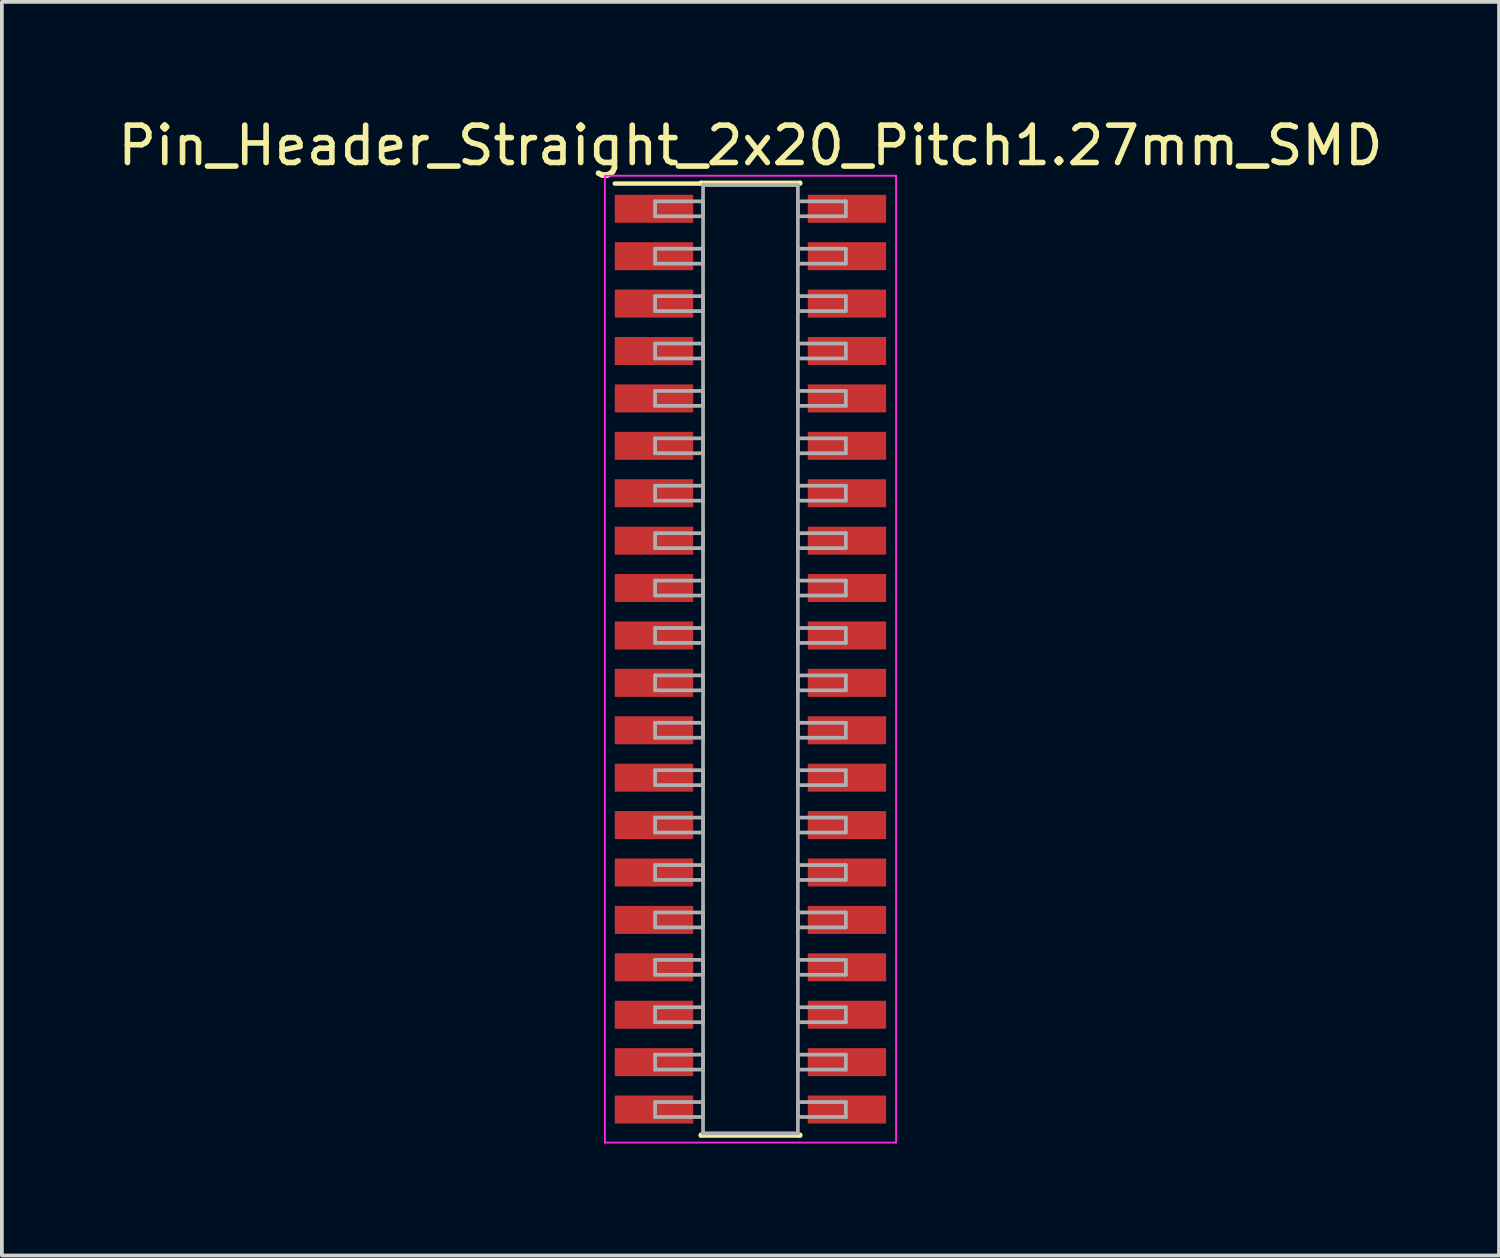
<source format=kicad_pcb>
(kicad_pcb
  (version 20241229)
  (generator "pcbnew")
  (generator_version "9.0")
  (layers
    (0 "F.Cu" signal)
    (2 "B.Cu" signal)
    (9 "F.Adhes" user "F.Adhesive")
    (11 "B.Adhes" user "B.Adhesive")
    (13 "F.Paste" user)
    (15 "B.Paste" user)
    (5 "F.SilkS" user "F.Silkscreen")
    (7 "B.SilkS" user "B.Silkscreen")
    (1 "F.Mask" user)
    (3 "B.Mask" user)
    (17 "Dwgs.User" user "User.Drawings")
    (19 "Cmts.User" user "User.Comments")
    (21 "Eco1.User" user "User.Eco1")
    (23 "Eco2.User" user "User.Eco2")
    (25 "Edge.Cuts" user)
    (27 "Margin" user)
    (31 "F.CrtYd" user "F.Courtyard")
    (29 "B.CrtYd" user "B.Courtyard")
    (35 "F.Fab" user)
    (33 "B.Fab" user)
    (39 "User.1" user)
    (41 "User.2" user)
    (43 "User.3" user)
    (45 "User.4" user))
  (footprint "Pin_Header_Straight_2x20_Pitch1.27mm_SMD"
    (layer "F.Cu")
    (at 17.054 14.608)
    (property "Reference" "Pin_Header_Straight_2x20_Pitch1.27mm_SMD" (at 0 -13.76 0) (layer "F.SilkS") (effects (font (size 1 1) (thickness 0.15))))
    (attr smd)
    (fp_line (start -3.635 -12.74) (end -1.33 -12.74) (stroke (width 0.12) (type solid)) (layer "F.SilkS"))
    (fp_line (start -1.33 -12.76) (end 1.33 -12.76) (stroke (width 0.12) (type solid)) (layer "F.SilkS"))
    (fp_line (start -1.33 -12.74) (end -1.33 -12.76) (stroke (width 0.12) (type solid)) (layer "F.SilkS"))
    (fp_line (start -1.33 12.74) (end -1.33 12.76) (stroke (width 0.12) (type solid)) (layer "F.SilkS"))
    (fp_line (start -1.33 12.76) (end 1.33 12.76) (stroke (width 0.12) (type solid)) (layer "F.SilkS"))
    (fp_line (start 1.33 -12.76) (end 1.33 -12.74) (stroke (width 0.12) (type solid)) (layer "F.SilkS"))
    (fp_line (start 1.33 12.76) (end 1.33 12.74) (stroke (width 0.12) (type solid)) (layer "F.SilkS"))
    (fp_line (start -3.9 -12.95) (end -3.9 12.95) (stroke (width 0.05) (type solid)) (layer "F.CrtYd"))
    (fp_line (start -3.9 12.95) (end 3.9 12.95) (stroke (width 0.05) (type solid)) (layer "F.CrtYd"))
    (fp_line (start 3.9 -12.95) (end -3.9 -12.95) (stroke (width 0.05) (type solid)) (layer "F.CrtYd"))
    (fp_line (start 3.9 12.95) (end 3.9 -12.95) (stroke (width 0.05) (type solid)) (layer "F.CrtYd"))
    (fp_line (start -2.555 -12.265) (end -1.27 -12.265) (stroke (width 0.1) (type solid)) (layer "F.Fab"))
    (fp_line (start -2.555 -11.865) (end -2.555 -12.265) (stroke (width 0.1) (type solid)) (layer "F.Fab"))
    (fp_line (start -2.555 -10.995) (end -1.27 -10.995) (stroke (width 0.1) (type solid)) (layer "F.Fab"))
    (fp_line (start -2.555 -10.595) (end -2.555 -10.995) (stroke (width 0.1) (type solid)) (layer "F.Fab"))
    (fp_line (start -2.555 -9.725) (end -1.27 -9.725) (stroke (width 0.1) (type solid)) (layer "F.Fab"))
    (fp_line (start -2.555 -9.325) (end -2.555 -9.725) (stroke (width 0.1) (type solid)) (layer "F.Fab"))
    (fp_line (start -2.555 -8.455) (end -1.27 -8.455) (stroke (width 0.1) (type solid)) (layer "F.Fab"))
    (fp_line (start -2.555 -8.055) (end -2.555 -8.455) (stroke (width 0.1) (type solid)) (layer "F.Fab"))
    (fp_line (start -2.555 -7.185) (end -1.27 -7.185) (stroke (width 0.1) (type solid)) (layer "F.Fab"))
    (fp_line (start -2.555 -6.785) (end -2.555 -7.185) (stroke (width 0.1) (type solid)) (layer "F.Fab"))
    (fp_line (start -2.555 -5.915) (end -1.27 -5.915) (stroke (width 0.1) (type solid)) (layer "F.Fab"))
    (fp_line (start -2.555 -5.515) (end -2.555 -5.915) (stroke (width 0.1) (type solid)) (layer "F.Fab"))
    (fp_line (start -2.555 -4.645) (end -1.27 -4.645) (stroke (width 0.1) (type solid)) (layer "F.Fab"))
    (fp_line (start -2.555 -4.245) (end -2.555 -4.645) (stroke (width 0.1) (type solid)) (layer "F.Fab"))
    (fp_line (start -2.555 -3.375) (end -1.27 -3.375) (stroke (width 0.1) (type solid)) (layer "F.Fab"))
    (fp_line (start -2.555 -2.975) (end -2.555 -3.375) (stroke (width 0.1) (type solid)) (layer "F.Fab"))
    (fp_line (start -2.555 -2.105) (end -1.27 -2.105) (stroke (width 0.1) (type solid)) (layer "F.Fab"))
    (fp_line (start -2.555 -1.705) (end -2.555 -2.105) (stroke (width 0.1) (type solid)) (layer "F.Fab"))
    (fp_line (start -2.555 -0.835) (end -1.27 -0.835) (stroke (width 0.1) (type solid)) (layer "F.Fab"))
    (fp_line (start -2.555 -0.435) (end -2.555 -0.835) (stroke (width 0.1) (type solid)) (layer "F.Fab"))
    (fp_line (start -2.555 0.435) (end -1.27 0.435) (stroke (width 0.1) (type solid)) (layer "F.Fab"))
    (fp_line (start -2.555 0.835) (end -2.555 0.435) (stroke (width 0.1) (type solid)) (layer "F.Fab"))
    (fp_line (start -2.555 1.705) (end -1.27 1.705) (stroke (width 0.1) (type solid)) (layer "F.Fab"))
    (fp_line (start -2.555 2.105) (end -2.555 1.705) (stroke (width 0.1) (type solid)) (layer "F.Fab"))
    (fp_line (start -2.555 2.975) (end -1.27 2.975) (stroke (width 0.1) (type solid)) (layer "F.Fab"))
    (fp_line (start -2.555 3.375) (end -2.555 2.975) (stroke (width 0.1) (type solid)) (layer "F.Fab"))
    (fp_line (start -2.555 4.245) (end -1.27 4.245) (stroke (width 0.1) (type solid)) (layer "F.Fab"))
    (fp_line (start -2.555 4.645) (end -2.555 4.245) (stroke (width 0.1) (type solid)) (layer "F.Fab"))
    (fp_line (start -2.555 5.515) (end -1.27 5.515) (stroke (width 0.1) (type solid)) (layer "F.Fab"))
    (fp_line (start -2.555 5.915) (end -2.555 5.515) (stroke (width 0.1) (type solid)) (layer "F.Fab"))
    (fp_line (start -2.555 6.785) (end -1.27 6.785) (stroke (width 0.1) (type solid)) (layer "F.Fab"))
    (fp_line (start -2.555 7.185) (end -2.555 6.785) (stroke (width 0.1) (type solid)) (layer "F.Fab"))
    (fp_line (start -2.555 8.055) (end -1.27 8.055) (stroke (width 0.1) (type solid)) (layer "F.Fab"))
    (fp_line (start -2.555 8.455) (end -2.555 8.055) (stroke (width 0.1) (type solid)) (layer "F.Fab"))
    (fp_line (start -2.555 9.325) (end -1.27 9.325) (stroke (width 0.1) (type solid)) (layer "F.Fab"))
    (fp_line (start -2.555 9.725) (end -2.555 9.325) (stroke (width 0.1) (type solid)) (layer "F.Fab"))
    (fp_line (start -2.555 10.595) (end -1.27 10.595) (stroke (width 0.1) (type solid)) (layer "F.Fab"))
    (fp_line (start -2.555 10.995) (end -2.555 10.595) (stroke (width 0.1) (type solid)) (layer "F.Fab"))
    (fp_line (start -2.555 11.865) (end -1.27 11.865) (stroke (width 0.1) (type solid)) (layer "F.Fab"))
    (fp_line (start -2.555 12.265) (end -2.555 11.865) (stroke (width 0.1) (type solid)) (layer "F.Fab"))
    (fp_line (start -1.27 -12.7) (end -1.27 12.7) (stroke (width 0.1) (type solid)) (layer "F.Fab"))
    (fp_line (start -1.27 -12.265) (end -1.27 -11.865) (stroke (width 0.1) (type solid)) (layer "F.Fab"))
    (fp_line (start -1.27 -11.865) (end -2.555 -11.865) (stroke (width 0.1) (type solid)) (layer "F.Fab"))
    (fp_line (start -1.27 -10.995) (end -1.27 -10.595) (stroke (width 0.1) (type solid)) (layer "F.Fab"))
    (fp_line (start -1.27 -10.595) (end -2.555 -10.595) (stroke (width 0.1) (type solid)) (layer "F.Fab"))
    (fp_line (start -1.27 -9.725) (end -1.27 -9.325) (stroke (width 0.1) (type solid)) (layer "F.Fab"))
    (fp_line (start -1.27 -9.325) (end -2.555 -9.325) (stroke (width 0.1) (type solid)) (layer "F.Fab"))
    (fp_line (start -1.27 -8.455) (end -1.27 -8.055) (stroke (width 0.1) (type solid)) (layer "F.Fab"))
    (fp_line (start -1.27 -8.055) (end -2.555 -8.055) (stroke (width 0.1) (type solid)) (layer "F.Fab"))
    (fp_line (start -1.27 -7.185) (end -1.27 -6.785) (stroke (width 0.1) (type solid)) (layer "F.Fab"))
    (fp_line (start -1.27 -6.785) (end -2.555 -6.785) (stroke (width 0.1) (type solid)) (layer "F.Fab"))
    (fp_line (start -1.27 -5.915) (end -1.27 -5.515) (stroke (width 0.1) (type solid)) (layer "F.Fab"))
    (fp_line (start -1.27 -5.515) (end -2.555 -5.515) (stroke (width 0.1) (type solid)) (layer "F.Fab"))
    (fp_line (start -1.27 -4.645) (end -1.27 -4.245) (stroke (width 0.1) (type solid)) (layer "F.Fab"))
    (fp_line (start -1.27 -4.245) (end -2.555 -4.245) (stroke (width 0.1) (type solid)) (layer "F.Fab"))
    (fp_line (start -1.27 -3.375) (end -1.27 -2.975) (stroke (width 0.1) (type solid)) (layer "F.Fab"))
    (fp_line (start -1.27 -2.975) (end -2.555 -2.975) (stroke (width 0.1) (type solid)) (layer "F.Fab"))
    (fp_line (start -1.27 -2.105) (end -1.27 -1.705) (stroke (width 0.1) (type solid)) (layer "F.Fab"))
    (fp_line (start -1.27 -1.705) (end -2.555 -1.705) (stroke (width 0.1) (type solid)) (layer "F.Fab"))
    (fp_line (start -1.27 -0.835) (end -1.27 -0.435) (stroke (width 0.1) (type solid)) (layer "F.Fab"))
    (fp_line (start -1.27 -0.435) (end -2.555 -0.435) (stroke (width 0.1) (type solid)) (layer "F.Fab"))
    (fp_line (start -1.27 0.435) (end -1.27 0.835) (stroke (width 0.1) (type solid)) (layer "F.Fab"))
    (fp_line (start -1.27 0.835) (end -2.555 0.835) (stroke (width 0.1) (type solid)) (layer "F.Fab"))
    (fp_line (start -1.27 1.705) (end -1.27 2.105) (stroke (width 0.1) (type solid)) (layer "F.Fab"))
    (fp_line (start -1.27 2.105) (end -2.555 2.105) (stroke (width 0.1) (type solid)) (layer "F.Fab"))
    (fp_line (start -1.27 2.975) (end -1.27 3.375) (stroke (width 0.1) (type solid)) (layer "F.Fab"))
    (fp_line (start -1.27 3.375) (end -2.555 3.375) (stroke (width 0.1) (type solid)) (layer "F.Fab"))
    (fp_line (start -1.27 4.245) (end -1.27 4.645) (stroke (width 0.1) (type solid)) (layer "F.Fab"))
    (fp_line (start -1.27 4.645) (end -2.555 4.645) (stroke (width 0.1) (type solid)) (layer "F.Fab"))
    (fp_line (start -1.27 5.515) (end -1.27 5.915) (stroke (width 0.1) (type solid)) (layer "F.Fab"))
    (fp_line (start -1.27 5.915) (end -2.555 5.915) (stroke (width 0.1) (type solid)) (layer "F.Fab"))
    (fp_line (start -1.27 6.785) (end -1.27 7.185) (stroke (width 0.1) (type solid)) (layer "F.Fab"))
    (fp_line (start -1.27 7.185) (end -2.555 7.185) (stroke (width 0.1) (type solid)) (layer "F.Fab"))
    (fp_line (start -1.27 8.055) (end -1.27 8.455) (stroke (width 0.1) (type solid)) (layer "F.Fab"))
    (fp_line (start -1.27 8.455) (end -2.555 8.455) (stroke (width 0.1) (type solid)) (layer "F.Fab"))
    (fp_line (start -1.27 9.325) (end -1.27 9.725) (stroke (width 0.1) (type solid)) (layer "F.Fab"))
    (fp_line (start -1.27 9.725) (end -2.555 9.725) (stroke (width 0.1) (type solid)) (layer "F.Fab"))
    (fp_line (start -1.27 10.595) (end -1.27 10.995) (stroke (width 0.1) (type solid)) (layer "F.Fab"))
    (fp_line (start -1.27 10.995) (end -2.555 10.995) (stroke (width 0.1) (type solid)) (layer "F.Fab"))
    (fp_line (start -1.27 11.865) (end -1.27 12.265) (stroke (width 0.1) (type solid)) (layer "F.Fab"))
    (fp_line (start -1.27 12.265) (end -2.555 12.265) (stroke (width 0.1) (type solid)) (layer "F.Fab"))
    (fp_line (start -1.27 12.7) (end 1.27 12.7) (stroke (width 0.1) (type solid)) (layer "F.Fab"))
    (fp_line (start 1.27 -12.7) (end -1.27 -12.7) (stroke (width 0.1) (type solid)) (layer "F.Fab"))
    (fp_line (start 1.27 -12.265) (end 1.27 -11.865) (stroke (width 0.1) (type solid)) (layer "F.Fab"))
    (fp_line (start 1.27 -11.865) (end 2.555 -11.865) (stroke (width 0.1) (type solid)) (layer "F.Fab"))
    (fp_line (start 1.27 -10.995) (end 1.27 -10.595) (stroke (width 0.1) (type solid)) (layer "F.Fab"))
    (fp_line (start 1.27 -10.595) (end 2.555 -10.595) (stroke (width 0.1) (type solid)) (layer "F.Fab"))
    (fp_line (start 1.27 -9.725) (end 1.27 -9.325) (stroke (width 0.1) (type solid)) (layer "F.Fab"))
    (fp_line (start 1.27 -9.325) (end 2.555 -9.325) (stroke (width 0.1) (type solid)) (layer "F.Fab"))
    (fp_line (start 1.27 -8.455) (end 1.27 -8.055) (stroke (width 0.1) (type solid)) (layer "F.Fab"))
    (fp_line (start 1.27 -8.055) (end 2.555 -8.055) (stroke (width 0.1) (type solid)) (layer "F.Fab"))
    (fp_line (start 1.27 -7.185) (end 1.27 -6.785) (stroke (width 0.1) (type solid)) (layer "F.Fab"))
    (fp_line (start 1.27 -6.785) (end 2.555 -6.785) (stroke (width 0.1) (type solid)) (layer "F.Fab"))
    (fp_line (start 1.27 -5.915) (end 1.27 -5.515) (stroke (width 0.1) (type solid)) (layer "F.Fab"))
    (fp_line (start 1.27 -5.515) (end 2.555 -5.515) (stroke (width 0.1) (type solid)) (layer "F.Fab"))
    (fp_line (start 1.27 -4.645) (end 1.27 -4.245) (stroke (width 0.1) (type solid)) (layer "F.Fab"))
    (fp_line (start 1.27 -4.245) (end 2.555 -4.245) (stroke (width 0.1) (type solid)) (layer "F.Fab"))
    (fp_line (start 1.27 -3.375) (end 1.27 -2.975) (stroke (width 0.1) (type solid)) (layer "F.Fab"))
    (fp_line (start 1.27 -2.975) (end 2.555 -2.975) (stroke (width 0.1) (type solid)) (layer "F.Fab"))
    (fp_line (start 1.27 -2.105) (end 1.27 -1.705) (stroke (width 0.1) (type solid)) (layer "F.Fab"))
    (fp_line (start 1.27 -1.705) (end 2.555 -1.705) (stroke (width 0.1) (type solid)) (layer "F.Fab"))
    (fp_line (start 1.27 -0.835) (end 1.27 -0.435) (stroke (width 0.1) (type solid)) (layer "F.Fab"))
    (fp_line (start 1.27 -0.435) (end 2.555 -0.435) (stroke (width 0.1) (type solid)) (layer "F.Fab"))
    (fp_line (start 1.27 0.435) (end 1.27 0.835) (stroke (width 0.1) (type solid)) (layer "F.Fab"))
    (fp_line (start 1.27 0.835) (end 2.555 0.835) (stroke (width 0.1) (type solid)) (layer "F.Fab"))
    (fp_line (start 1.27 1.705) (end 1.27 2.105) (stroke (width 0.1) (type solid)) (layer "F.Fab"))
    (fp_line (start 1.27 2.105) (end 2.555 2.105) (stroke (width 0.1) (type solid)) (layer "F.Fab"))
    (fp_line (start 1.27 2.975) (end 1.27 3.375) (stroke (width 0.1) (type solid)) (layer "F.Fab"))
    (fp_line (start 1.27 3.375) (end 2.555 3.375) (stroke (width 0.1) (type solid)) (layer "F.Fab"))
    (fp_line (start 1.27 4.245) (end 1.27 4.645) (stroke (width 0.1) (type solid)) (layer "F.Fab"))
    (fp_line (start 1.27 4.645) (end 2.555 4.645) (stroke (width 0.1) (type solid)) (layer "F.Fab"))
    (fp_line (start 1.27 5.515) (end 1.27 5.915) (stroke (width 0.1) (type solid)) (layer "F.Fab"))
    (fp_line (start 1.27 5.915) (end 2.555 5.915) (stroke (width 0.1) (type solid)) (layer "F.Fab"))
    (fp_line (start 1.27 6.785) (end 1.27 7.185) (stroke (width 0.1) (type solid)) (layer "F.Fab"))
    (fp_line (start 1.27 7.185) (end 2.555 7.185) (stroke (width 0.1) (type solid)) (layer "F.Fab"))
    (fp_line (start 1.27 8.055) (end 1.27 8.455) (stroke (width 0.1) (type solid)) (layer "F.Fab"))
    (fp_line (start 1.27 8.455) (end 2.555 8.455) (stroke (width 0.1) (type solid)) (layer "F.Fab"))
    (fp_line (start 1.27 9.325) (end 1.27 9.725) (stroke (width 0.1) (type solid)) (layer "F.Fab"))
    (fp_line (start 1.27 9.725) (end 2.555 9.725) (stroke (width 0.1) (type solid)) (layer "F.Fab"))
    (fp_line (start 1.27 10.595) (end 1.27 10.995) (stroke (width 0.1) (type solid)) (layer "F.Fab"))
    (fp_line (start 1.27 10.995) (end 2.555 10.995) (stroke (width 0.1) (type solid)) (layer "F.Fab"))
    (fp_line (start 1.27 11.865) (end 1.27 12.265) (stroke (width 0.1) (type solid)) (layer "F.Fab"))
    (fp_line (start 1.27 12.265) (end 2.555 12.265) (stroke (width 0.1) (type solid)) (layer "F.Fab"))
    (fp_line (start 1.27 12.7) (end 1.27 -12.7) (stroke (width 0.1) (type solid)) (layer "F.Fab"))
    (fp_line (start 2.555 -12.265) (end 1.27 -12.265) (stroke (width 0.1) (type solid)) (layer "F.Fab"))
    (fp_line (start 2.555 -11.865) (end 2.555 -12.265) (stroke (width 0.1) (type solid)) (layer "F.Fab"))
    (fp_line (start 2.555 -10.995) (end 1.27 -10.995) (stroke (width 0.1) (type solid)) (layer "F.Fab"))
    (fp_line (start 2.555 -10.595) (end 2.555 -10.995) (stroke (width 0.1) (type solid)) (layer "F.Fab"))
    (fp_line (start 2.555 -9.725) (end 1.27 -9.725) (stroke (width 0.1) (type solid)) (layer "F.Fab"))
    (fp_line (start 2.555 -9.325) (end 2.555 -9.725) (stroke (width 0.1) (type solid)) (layer "F.Fab"))
    (fp_line (start 2.555 -8.455) (end 1.27 -8.455) (stroke (width 0.1) (type solid)) (layer "F.Fab"))
    (fp_line (start 2.555 -8.055) (end 2.555 -8.455) (stroke (width 0.1) (type solid)) (layer "F.Fab"))
    (fp_line (start 2.555 -7.185) (end 1.27 -7.185) (stroke (width 0.1) (type solid)) (layer "F.Fab"))
    (fp_line (start 2.555 -6.785) (end 2.555 -7.185) (stroke (width 0.1) (type solid)) (layer "F.Fab"))
    (fp_line (start 2.555 -5.915) (end 1.27 -5.915) (stroke (width 0.1) (type solid)) (layer "F.Fab"))
    (fp_line (start 2.555 -5.515) (end 2.555 -5.915) (stroke (width 0.1) (type solid)) (layer "F.Fab"))
    (fp_line (start 2.555 -4.645) (end 1.27 -4.645) (stroke (width 0.1) (type solid)) (layer "F.Fab"))
    (fp_line (start 2.555 -4.245) (end 2.555 -4.645) (stroke (width 0.1) (type solid)) (layer "F.Fab"))
    (fp_line (start 2.555 -3.375) (end 1.27 -3.375) (stroke (width 0.1) (type solid)) (layer "F.Fab"))
    (fp_line (start 2.555 -2.975) (end 2.555 -3.375) (stroke (width 0.1) (type solid)) (layer "F.Fab"))
    (fp_line (start 2.555 -2.105) (end 1.27 -2.105) (stroke (width 0.1) (type solid)) (layer "F.Fab"))
    (fp_line (start 2.555 -1.705) (end 2.555 -2.105) (stroke (width 0.1) (type solid)) (layer "F.Fab"))
    (fp_line (start 2.555 -0.835) (end 1.27 -0.835) (stroke (width 0.1) (type solid)) (layer "F.Fab"))
    (fp_line (start 2.555 -0.435) (end 2.555 -0.835) (stroke (width 0.1) (type solid)) (layer "F.Fab"))
    (fp_line (start 2.555 0.435) (end 1.27 0.435) (stroke (width 0.1) (type solid)) (layer "F.Fab"))
    (fp_line (start 2.555 0.835) (end 2.555 0.435) (stroke (width 0.1) (type solid)) (layer "F.Fab"))
    (fp_line (start 2.555 1.705) (end 1.27 1.705) (stroke (width 0.1) (type solid)) (layer "F.Fab"))
    (fp_line (start 2.555 2.105) (end 2.555 1.705) (stroke (width 0.1) (type solid)) (layer "F.Fab"))
    (fp_line (start 2.555 2.975) (end 1.27 2.975) (stroke (width 0.1) (type solid)) (layer "F.Fab"))
    (fp_line (start 2.555 3.375) (end 2.555 2.975) (stroke (width 0.1) (type solid)) (layer "F.Fab"))
    (fp_line (start 2.555 4.245) (end 1.27 4.245) (stroke (width 0.1) (type solid)) (layer "F.Fab"))
    (fp_line (start 2.555 4.645) (end 2.555 4.245) (stroke (width 0.1) (type solid)) (layer "F.Fab"))
    (fp_line (start 2.555 5.515) (end 1.27 5.515) (stroke (width 0.1) (type solid)) (layer "F.Fab"))
    (fp_line (start 2.555 5.915) (end 2.555 5.515) (stroke (width 0.1) (type solid)) (layer "F.Fab"))
    (fp_line (start 2.555 6.785) (end 1.27 6.785) (stroke (width 0.1) (type solid)) (layer "F.Fab"))
    (fp_line (start 2.555 7.185) (end 2.555 6.785) (stroke (width 0.1) (type solid)) (layer "F.Fab"))
    (fp_line (start 2.555 8.055) (end 1.27 8.055) (stroke (width 0.1) (type solid)) (layer "F.Fab"))
    (fp_line (start 2.555 8.455) (end 2.555 8.055) (stroke (width 0.1) (type solid)) (layer "F.Fab"))
    (fp_line (start 2.555 9.325) (end 1.27 9.325) (stroke (width 0.1) (type solid)) (layer "F.Fab"))
    (fp_line (start 2.555 9.725) (end 2.555 9.325) (stroke (width 0.1) (type solid)) (layer "F.Fab"))
    (fp_line (start 2.555 10.595) (end 1.27 10.595) (stroke (width 0.1) (type solid)) (layer "F.Fab"))
    (fp_line (start 2.555 10.995) (end 2.555 10.595) (stroke (width 0.1) (type solid)) (layer "F.Fab"))
    (fp_line (start 2.555 11.865) (end 1.27 11.865) (stroke (width 0.1) (type solid)) (layer "F.Fab"))
    (fp_line (start 2.555 12.265) (end 2.555 11.865) (stroke (width 0.1) (type solid)) (layer "F.Fab"))
    (pad "1" smd rect (at -2.585 -12.065) (size 2.1 0.75) (layers "F.Cu" "F.Mask"))
    (pad "2" smd rect (at 2.585 -12.065) (size 2.1 0.75) (layers "F.Cu" "F.Mask"))
    (pad "3" smd rect (at -2.585 -10.795) (size 2.1 0.75) (layers "F.Cu" "F.Mask"))
    (pad "4" smd rect (at 2.585 -10.795) (size 2.1 0.75) (layers "F.Cu" "F.Mask"))
    (pad "5" smd rect (at -2.585 -9.525) (size 2.1 0.75) (layers "F.Cu" "F.Mask"))
    (pad "6" smd rect (at 2.585 -9.525) (size 2.1 0.75) (layers "F.Cu" "F.Mask"))
    (pad "7" smd rect (at -2.585 -8.255) (size 2.1 0.75) (layers "F.Cu" "F.Mask"))
    (pad "8" smd rect (at 2.585 -8.255) (size 2.1 0.75) (layers "F.Cu" "F.Mask"))
    (pad "9" smd rect (at -2.585 -6.985) (size 2.1 0.75) (layers "F.Cu" "F.Mask"))
    (pad "10" smd rect (at 2.585 -6.985) (size 2.1 0.75) (layers "F.Cu" "F.Mask"))
    (pad "11" smd rect (at -2.585 -5.715) (size 2.1 0.75) (layers "F.Cu" "F.Mask"))
    (pad "12" smd rect (at 2.585 -5.715) (size 2.1 0.75) (layers "F.Cu" "F.Mask"))
    (pad "13" smd rect (at -2.585 -4.445) (size 2.1 0.75) (layers "F.Cu" "F.Mask"))
    (pad "14" smd rect (at 2.585 -4.445) (size 2.1 0.75) (layers "F.Cu" "F.Mask"))
    (pad "15" smd rect (at -2.585 -3.175) (size 2.1 0.75) (layers "F.Cu" "F.Mask"))
    (pad "16" smd rect (at 2.585 -3.175) (size 2.1 0.75) (layers "F.Cu" "F.Mask"))
    (pad "17" smd rect (at -2.585 -1.905) (size 2.1 0.75) (layers "F.Cu" "F.Mask"))
    (pad "18" smd rect (at 2.585 -1.905) (size 2.1 0.75) (layers "F.Cu" "F.Mask"))
    (pad "19" smd rect (at -2.585 -0.635) (size 2.1 0.75) (layers "F.Cu" "F.Mask"))
    (pad "20" smd rect (at 2.585 -0.635) (size 2.1 0.75) (layers "F.Cu" "F.Mask"))
    (pad "21" smd rect (at -2.585 0.635) (size 2.1 0.75) (layers "F.Cu" "F.Mask"))
    (pad "22" smd rect (at 2.585 0.635) (size 2.1 0.75) (layers "F.Cu" "F.Mask"))
    (pad "23" smd rect (at -2.585 1.905) (size 2.1 0.75) (layers "F.Cu" "F.Mask"))
    (pad "24" smd rect (at 2.585 1.905) (size 2.1 0.75) (layers "F.Cu" "F.Mask"))
    (pad "25" smd rect (at -2.585 3.175) (size 2.1 0.75) (layers "F.Cu" "F.Mask"))
    (pad "26" smd rect (at 2.585 3.175) (size 2.1 0.75) (layers "F.Cu" "F.Mask"))
    (pad "27" smd rect (at -2.585 4.445) (size 2.1 0.75) (layers "F.Cu" "F.Mask"))
    (pad "28" smd rect (at 2.585 4.445) (size 2.1 0.75) (layers "F.Cu" "F.Mask"))
    (pad "29" smd rect (at -2.585 5.715) (size 2.1 0.75) (layers "F.Cu" "F.Mask"))
    (pad "30" smd rect (at 2.585 5.715) (size 2.1 0.75) (layers "F.Cu" "F.Mask"))
    (pad "31" smd rect (at -2.585 6.985) (size 2.1 0.75) (layers "F.Cu" "F.Mask"))
    (pad "32" smd rect (at 2.585 6.985) (size 2.1 0.75) (layers "F.Cu" "F.Mask"))
    (pad "33" smd rect (at -2.585 8.255) (size 2.1 0.75) (layers "F.Cu" "F.Mask"))
    (pad "34" smd rect (at 2.585 8.255) (size 2.1 0.75) (layers "F.Cu" "F.Mask"))
    (pad "35" smd rect (at -2.585 9.525) (size 2.1 0.75) (layers "F.Cu" "F.Mask"))
    (pad "36" smd rect (at 2.585 9.525) (size 2.1 0.75) (layers "F.Cu" "F.Mask"))
    (pad "37" smd rect (at -2.585 10.795) (size 2.1 0.75) (layers "F.Cu" "F.Mask"))
    (pad "38" smd rect (at 2.585 10.795) (size 2.1 0.75) (layers "F.Cu" "F.Mask"))
    (pad "39" smd rect (at -2.585 12.065) (size 2.1 0.75) (layers "F.Cu" "F.Mask"))
    (pad "40" smd rect (at 2.585 12.065) (size 2.1 0.75) (layers "F.Cu" "F.Mask")))
  (gr_rect
    (start -3 -3)
    (end 37.107 30.583)
    (stroke (width 0.1) (type default))
    (fill no)
    (layer "Edge.Cuts")))
</source>
